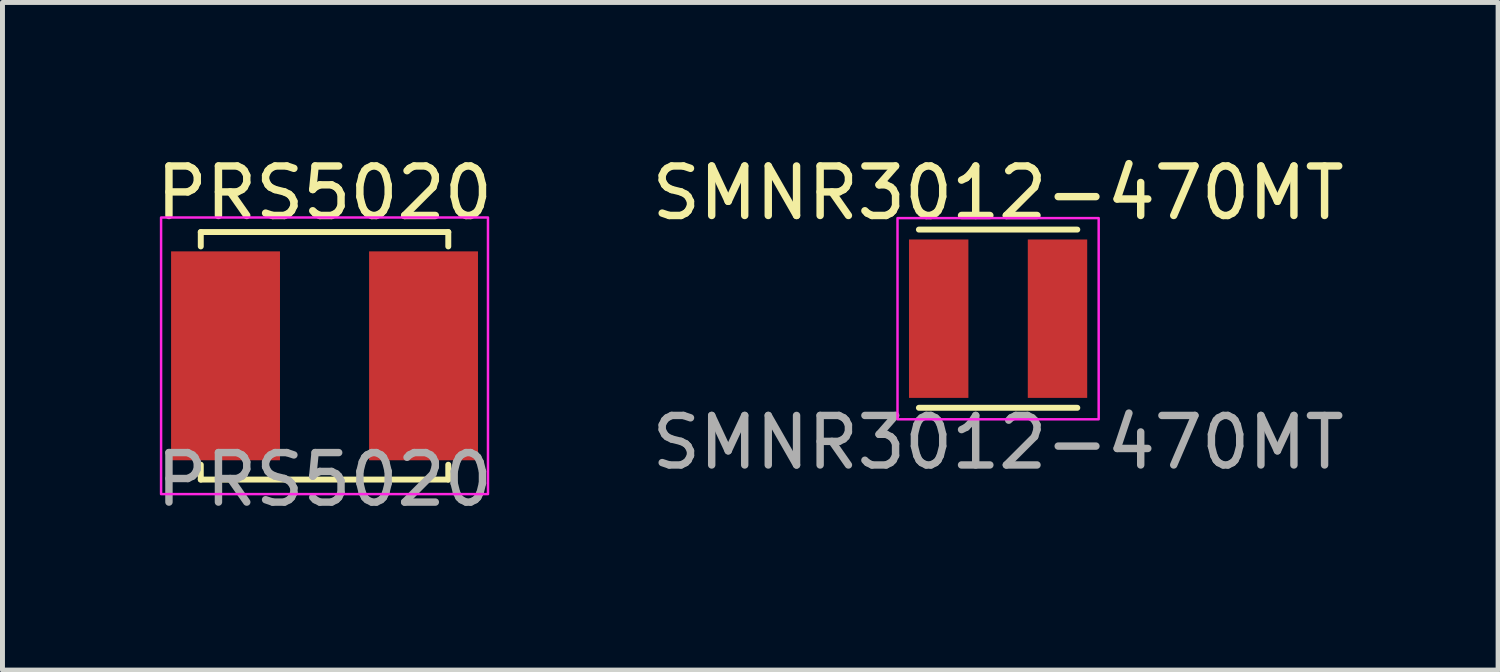
<source format=kicad_pcb>
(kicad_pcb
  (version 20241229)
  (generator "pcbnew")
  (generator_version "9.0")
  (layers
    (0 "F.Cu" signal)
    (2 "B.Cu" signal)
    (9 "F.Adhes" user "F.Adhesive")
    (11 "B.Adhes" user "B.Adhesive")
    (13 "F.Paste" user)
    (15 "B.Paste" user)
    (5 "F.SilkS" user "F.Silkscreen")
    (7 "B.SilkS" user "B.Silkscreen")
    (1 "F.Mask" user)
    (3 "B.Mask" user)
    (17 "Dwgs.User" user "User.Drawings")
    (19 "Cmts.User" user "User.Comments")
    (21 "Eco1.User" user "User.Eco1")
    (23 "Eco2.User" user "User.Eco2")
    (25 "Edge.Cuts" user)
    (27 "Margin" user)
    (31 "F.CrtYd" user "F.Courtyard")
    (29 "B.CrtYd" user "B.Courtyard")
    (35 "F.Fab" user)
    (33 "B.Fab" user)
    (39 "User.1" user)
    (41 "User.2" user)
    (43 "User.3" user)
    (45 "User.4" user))
  (footprint "PRS5020"
    (layer "F.Cu")
    (at 3.506 4.138)
    (property "Reference" "PRS5020" (at 0 -3.29 0) (unlocked yes) (layer "F.SilkS") (effects (font (size 1 1) (thickness 0.15))))
    (attr smd)
    (fp_line (start -2.5 -2.5) (end -2.5 -2.21) (stroke (width 0.12) (type default)) (layer "F.SilkS"))
    (fp_line (start -2.5 -2.5) (end 2.5 -2.5) (stroke (width 0.12) (type default)) (layer "F.SilkS"))
    (fp_line (start -2.5 2.5) (end -2.5 2.2) (stroke (width 0.12) (type default)) (layer "F.SilkS"))
    (fp_line (start -2.5 2.5) (end 2.5 2.5) (stroke (width 0.12) (type default)) (layer "F.SilkS"))
    (fp_line (start 2.5 -2.5) (end 2.5 -2.21) (stroke (width 0.12) (type default)) (layer "F.SilkS"))
    (fp_line (start 2.5 2.5) (end 2.5 2.2) (stroke (width 0.12) (type default)) (layer "F.SilkS"))
    (fp_rect (start -3.302 -2.794) (end 3.302 2.794) (stroke (width 0.05) (type default)) (fill no) (layer "F.CrtYd"))
    (fp_text user "${REFERENCE}" (at 0 2.5 0) (unlocked yes) (layer "F.Fab") (effects (font (size 1 1) (thickness 0.15))))
    (pad "1" smd rect (at 2 0) (size 2.2 4.22) (layers "F.Cu" "F.Mask" "F.Paste"))
    (pad "2" smd rect (at -2 0) (size 2.2 4.22) (layers "F.Cu" "F.Mask" "F.Paste")))
  (footprint "SMNR3012-470MT"
    (layer "F.Cu")
    (at 17.113 3.388)
    (property "Reference" "SMNR3012-470MT" (at 0 -2.54 0) (unlocked yes) (layer "F.SilkS") (effects (font (size 1 1) (thickness 0.15))))
    (attr smd)
    (fp_line (start -1.6 -1.8) (end 1.6 -1.8) (stroke (width 0.12) (type default)) (layer "F.SilkS"))
    (fp_line (start -1.6 1.8) (end 1.6 1.8) (stroke (width 0.12) (type default)) (layer "F.SilkS"))
    (fp_rect (start -2.032 -2.032) (end 2.032 2.032) (stroke (width 0.05) (type default)) (fill no) (layer "F.CrtYd"))
    (fp_text user "${REFERENCE}" (at 0 2.5 0) (unlocked yes) (layer "F.Fab") (effects (font (size 1 1) (thickness 0.15))))
    (pad "1" smd rect (at 1.2 0) (size 1.2 3.2) (layers "F.Cu" "F.Mask" "F.Paste"))
    (pad "2" smd rect (at -1.2 0) (size 1.2 3.2) (layers "F.Cu" "F.Mask" "F.Paste")))
  (gr_rect
    (start -3 -3)
    (end 27.214 10.486)
    (stroke (width 0.1) (type default))
    (fill no)
    (layer "Edge.Cuts")))
</source>
